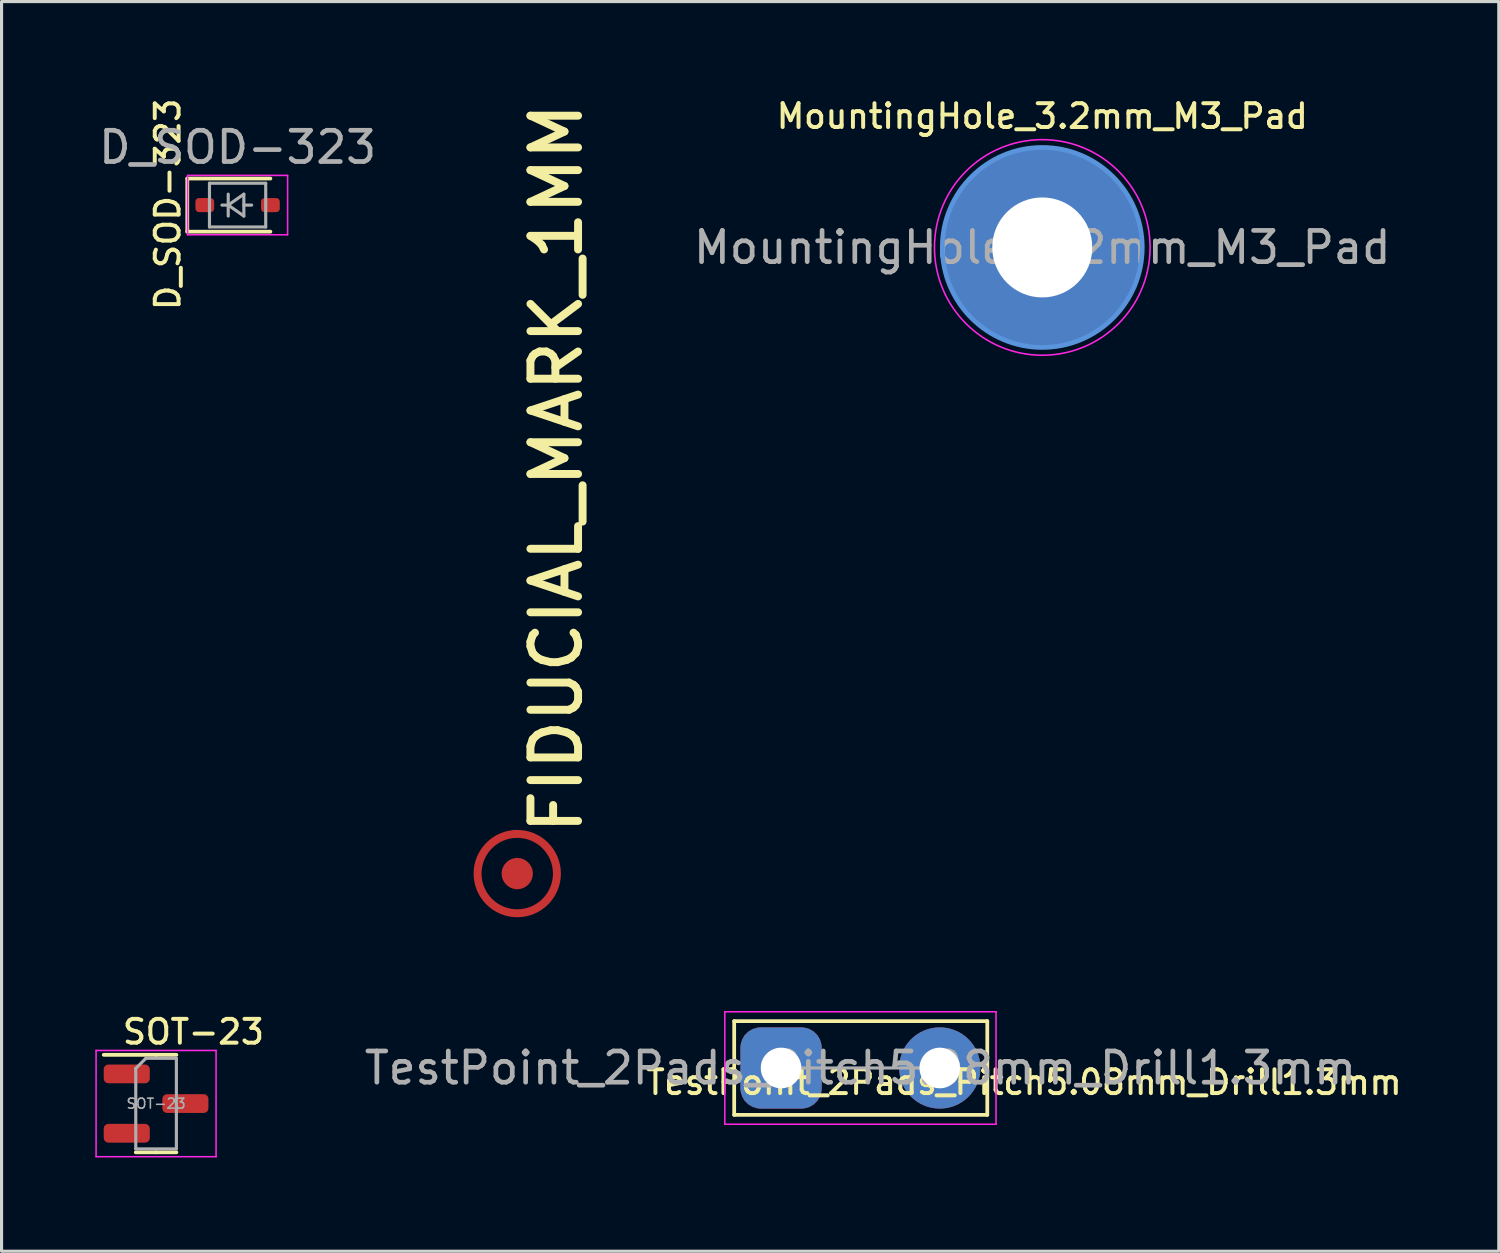
<source format=kicad_pcb>
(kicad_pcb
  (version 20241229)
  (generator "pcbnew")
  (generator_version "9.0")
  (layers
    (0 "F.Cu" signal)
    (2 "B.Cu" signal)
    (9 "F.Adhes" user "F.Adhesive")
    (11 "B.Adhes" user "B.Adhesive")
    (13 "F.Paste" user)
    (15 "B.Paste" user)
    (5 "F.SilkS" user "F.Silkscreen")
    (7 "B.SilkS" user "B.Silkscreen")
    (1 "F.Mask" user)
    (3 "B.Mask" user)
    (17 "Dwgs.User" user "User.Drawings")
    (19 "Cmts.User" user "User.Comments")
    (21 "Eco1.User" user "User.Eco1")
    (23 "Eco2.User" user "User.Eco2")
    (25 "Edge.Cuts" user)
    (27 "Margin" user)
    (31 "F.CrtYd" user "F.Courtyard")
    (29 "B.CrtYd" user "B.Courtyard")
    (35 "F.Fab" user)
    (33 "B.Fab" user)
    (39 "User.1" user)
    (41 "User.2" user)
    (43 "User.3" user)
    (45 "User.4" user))
  (footprint "TestPoint_2Pads_Pitch5.08mm_Drill1.3mm"
    (layer "F.Cu")
    (at 21.947 31.13)
    (property "Reference" "TestPoint_2Pads_Pitch5.08mm_Drill1.3mm" (at 7.772 0.457 0) (layer "F.SilkS") (effects (font (size 0.762 0.762) (thickness 0.127))))
    (attr exclude_from_pos_files)
    (fp_line (start -1.5 -1.5) (end -1.5 1.5) (stroke (width 0.12) (type solid)) (layer "F.SilkS"))
    (fp_line (start -1.5 -1.5) (end 6.6 -1.5) (stroke (width 0.12) (type solid)) (layer "F.SilkS"))
    (fp_line (start 6.6 1.5) (end -1.5 1.5) (stroke (width 0.12) (type solid)) (layer "F.SilkS"))
    (fp_line (start 6.6 1.5) (end 6.6 -1.5) (stroke (width 0.12) (type solid)) (layer "F.SilkS"))
    (fp_line (start -1.8 -1.8) (end -1.8 1.8) (stroke (width 0.05) (type solid)) (layer "F.CrtYd"))
    (fp_line (start -1.8 -1.8) (end 6.88 -1.8) (stroke (width 0.05) (type solid)) (layer "F.CrtYd"))
    (fp_line (start 6.88 1.8) (end -1.8 1.8) (stroke (width 0.05) (type solid)) (layer "F.CrtYd"))
    (fp_line (start 6.88 1.8) (end 6.88 -1.8) (stroke (width 0.05) (type solid)) (layer "F.CrtYd"))
    (fp_line (start 5.08 0) (end 0 0) (stroke (width 0.1) (type solid)) (layer "F.Fab"))
    (fp_text user "${REFERENCE}" (at 2.54 0 0) (layer "F.Fab") (effects (font (size 1 1) (thickness 0.15))))
    (pad "1" thru_hole roundrect (at 0 0) (size 2.6 2.6) (drill 1.3) (layers "*.Cu" "*.Mask") (roundrect_rratio 0.25))
    (pad "2" thru_hole circle (at 5.08 0) (size 2.6 2.6) (drill 1.3) (layers "*.Cu" "*.Mask")))
  (footprint "SOT-23"
    (layer "F.Cu")
    (at 1.945 32.269)
    (property "Reference" "SOT-23" (at 1.196 -2.295 180) (layer "F.SilkS") (effects (font (size 0.762 0.762) (thickness 0.127))))
    (attr smd)
    (fp_line (start 0 -1.56) (end -1.675 -1.56) (stroke (width 0.12) (type solid)) (layer "F.SilkS"))
    (fp_line (start 0 -1.56) (end 0.65 -1.56) (stroke (width 0.12) (type solid)) (layer "F.SilkS"))
    (fp_line (start 0 1.56) (end -0.65 1.56) (stroke (width 0.12) (type solid)) (layer "F.SilkS"))
    (fp_line (start 0 1.56) (end 0.65 1.56) (stroke (width 0.12) (type solid)) (layer "F.SilkS"))
    (fp_line (start -1.92 -1.7) (end -1.92 1.7) (stroke (width 0.05) (type solid)) (layer "F.CrtYd"))
    (fp_line (start -1.92 1.7) (end 1.92 1.7) (stroke (width 0.05) (type solid)) (layer "F.CrtYd"))
    (fp_line (start 1.92 -1.7) (end -1.92 -1.7) (stroke (width 0.05) (type solid)) (layer "F.CrtYd"))
    (fp_line (start 1.92 1.7) (end 1.92 -1.7) (stroke (width 0.05) (type solid)) (layer "F.CrtYd"))
    (fp_line (start -0.65 -1.125) (end -0.325 -1.45) (stroke (width 0.1) (type solid)) (layer "F.Fab"))
    (fp_line (start -0.65 1.45) (end -0.65 -1.125) (stroke (width 0.1) (type solid)) (layer "F.Fab"))
    (fp_line (start -0.325 -1.45) (end 0.65 -1.45) (stroke (width 0.1) (type solid)) (layer "F.Fab"))
    (fp_line (start 0.65 -1.45) (end 0.65 1.45) (stroke (width 0.1) (type solid)) (layer "F.Fab"))
    (fp_line (start 0.65 1.45) (end -0.65 1.45) (stroke (width 0.1) (type solid)) (layer "F.Fab"))
    (fp_text user "${REFERENCE}" (at 0 0 0) (layer "F.Fab") (effects (font (size 0.32 0.32) (thickness 0.05))))
    (pad "1" smd roundrect (at -0.938 -0.95) (size 1.475 0.6) (layers "F.Cu" "F.Mask" "F.Paste") (roundrect_rratio 0.25))
    (pad "2" smd roundrect (at -0.938 0.95) (size 1.475 0.6) (layers "F.Cu" "F.Mask" "F.Paste") (roundrect_rratio 0.25))
    (pad "3" smd roundrect (at 0.938 0) (size 1.475 0.6) (layers "F.Cu" "F.Mask" "F.Paste") (roundrect_rratio 0.25)))
  (footprint "D_SOD-323"
    (layer "F.Cu")
    (at 4.554 3.514)
    (property "Reference" "D_SOD-323" (at -2.235 -0.025 90) (layer "F.SilkS") (effects (font (size 0.762 0.762) (thickness 0.127))))
    (attr smd)
    (fp_line (start -1.61 -0.85) (end -1.61 0.85) (stroke (width 0.12) (type solid)) (layer "F.SilkS"))
    (fp_line (start -1.61 -0.85) (end 1.05 -0.85) (stroke (width 0.12) (type solid)) (layer "F.SilkS"))
    (fp_line (start -1.61 0.85) (end 1.05 0.85) (stroke (width 0.12) (type solid)) (layer "F.SilkS"))
    (fp_line (start -1.6 -0.95) (end -1.6 0.95) (stroke (width 0.05) (type solid)) (layer "F.CrtYd"))
    (fp_line (start -1.6 -0.95) (end 1.6 -0.95) (stroke (width 0.05) (type solid)) (layer "F.CrtYd"))
    (fp_line (start -1.6 0.95) (end 1.6 0.95) (stroke (width 0.05) (type solid)) (layer "F.CrtYd"))
    (fp_line (start 1.6 -0.95) (end 1.6 0.95) (stroke (width 0.05) (type solid)) (layer "F.CrtYd"))
    (fp_line (start -0.9 -0.7) (end 0.9 -0.7) (stroke (width 0.1) (type solid)) (layer "F.Fab"))
    (fp_line (start -0.9 0.7) (end -0.9 -0.7) (stroke (width 0.1) (type solid)) (layer "F.Fab"))
    (fp_line (start -0.3 -0.35) (end -0.3 0.35) (stroke (width 0.1) (type solid)) (layer "F.Fab"))
    (fp_line (start -0.3 0) (end -0.5 0) (stroke (width 0.1) (type solid)) (layer "F.Fab"))
    (fp_line (start -0.3 0) (end 0.2 -0.35) (stroke (width 0.1) (type solid)) (layer "F.Fab"))
    (fp_line (start 0.2 -0.35) (end 0.2 0.35) (stroke (width 0.1) (type solid)) (layer "F.Fab"))
    (fp_line (start 0.2 0) (end 0.45 0) (stroke (width 0.1) (type solid)) (layer "F.Fab"))
    (fp_line (start 0.2 0.35) (end -0.3 0) (stroke (width 0.1) (type solid)) (layer "F.Fab"))
    (fp_line (start 0.9 -0.7) (end 0.9 0.7) (stroke (width 0.1) (type solid)) (layer "F.Fab"))
    (fp_line (start 0.9 0.7) (end -0.9 0.7) (stroke (width 0.1) (type solid)) (layer "F.Fab"))
    (fp_text user "${REFERENCE}" (at 0 -1.85 0) (layer "F.Fab") (effects (font (size 1 1) (thickness 0.15))))
    (pad "1" smd roundrect (at -1.05 0) (size 0.6 0.45) (layers "F.Cu" "F.Mask" "F.Paste") (roundrect_rratio 0.25))
    (pad "2" smd roundrect (at 1.05 0) (size 0.6 0.45) (layers "F.Cu" "F.Mask" "F.Paste") (roundrect_rratio 0.25)))
  (footprint "MountingHole_3.2mm_M3_Pad"
    (layer "F.Cu")
    (at 30.307 4.869)
    (property "Reference" "MountingHole_3.2mm_M3_Pad" (at 0 -4.2 0) (layer "F.SilkS") (effects (font (size 0.762 0.762) (thickness 0.127))))
    (attr exclude_from_pos_files)
    (fp_circle (center 0 0) (end 3.2 0) (stroke (width 0.15) (type solid)) (fill no) (layer "Cmts.User"))
    (fp_circle (center 0 0) (end 3.45 0) (stroke (width 0.05) (type solid)) (fill no) (layer "F.CrtYd"))
    (fp_text user "${REFERENCE}" (at 0 0 0) (layer "F.Fab") (effects (font (size 1 1) (thickness 0.15))))
    (pad "1" thru_hole circle (at 0 0) (size 6.4 6.4) (drill 3.2) (layers "*.Cu" "*.Mask")))
  (footprint "FIDUCIAL_MARK_1MM"
    (layer "F.Cu")
    (at 13.504 24.908)
    (property "Reference" "FIDUCIAL_MARK_1MM" (at 2.146 -1.156 90) (unlocked yes) (layer "F.SilkS") (effects (font (size 1.524 1.524) (thickness 0.254)) (justify left bottom)))
    (fp_circle (center 0 0) (end 1.27 0) (stroke (width 0.254) (type solid)) (fill no) (layer "F.Cu"))
    (fp_circle (center 0 0) (end 0.5 0) (stroke (width 1.2) (type solid)) (fill no) (layer "F.Mask"))
    (pad "1" smd circle (at 0 0 180) (size 1 1) (layers "F.Cu" "F.Mask" "F.Paste")))
  (gr_rect
    (start -3 -3)
    (end 44.917 36.994)
    (stroke (width 0.1) (type default))
    (fill no)
    (layer "Edge.Cuts")))
</source>
